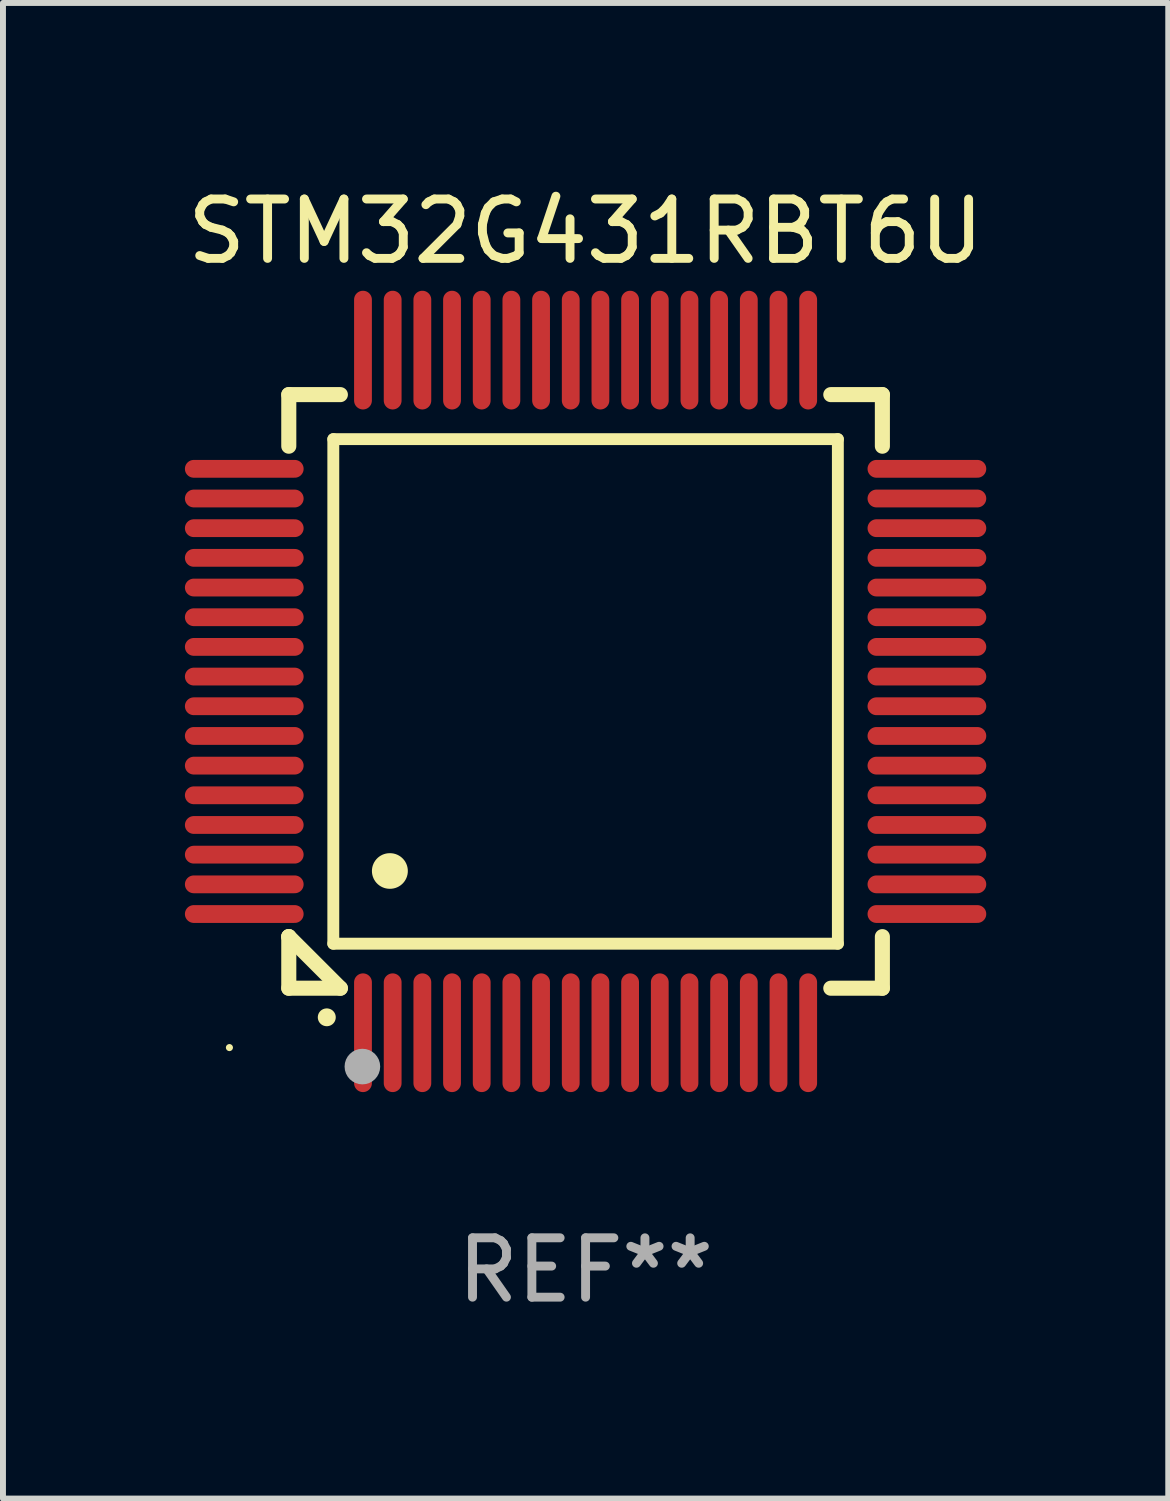
<source format=kicad_pcb>
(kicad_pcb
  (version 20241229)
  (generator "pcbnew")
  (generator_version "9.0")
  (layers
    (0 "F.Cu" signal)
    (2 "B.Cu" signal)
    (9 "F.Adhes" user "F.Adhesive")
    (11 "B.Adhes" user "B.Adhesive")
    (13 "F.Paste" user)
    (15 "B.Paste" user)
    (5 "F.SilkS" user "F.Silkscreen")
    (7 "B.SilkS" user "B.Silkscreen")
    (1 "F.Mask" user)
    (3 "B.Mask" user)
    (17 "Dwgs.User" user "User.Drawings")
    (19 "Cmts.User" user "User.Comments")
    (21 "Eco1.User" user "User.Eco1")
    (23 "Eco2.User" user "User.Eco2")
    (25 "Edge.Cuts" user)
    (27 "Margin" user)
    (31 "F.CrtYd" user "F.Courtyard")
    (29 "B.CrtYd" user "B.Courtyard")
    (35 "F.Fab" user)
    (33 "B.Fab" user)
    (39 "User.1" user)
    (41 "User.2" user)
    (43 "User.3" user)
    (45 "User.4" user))
  (footprint "STM32G431RBT6U"
    (layer "F.Cu")
    (at 6.815 8.598)
    (property "Reference" "STM32G431RBT6U" (at 0 -7.75 0) (layer "F.SilkS") (effects (font (size 1 1) (thickness 0.15))))
    (attr through_hole)
    (fp_line (start -5 -5) (end -4.131 -5) (stroke (width 0.254) (type solid)) (layer "F.SilkS"))
    (fp_line (start -5 -4.131) (end -5 -5) (stroke (width 0.254) (type solid)) (layer "F.SilkS"))
    (fp_line (start -5 4.131) (end -5 4.131) (stroke (width 0.254) (type solid)) (layer "F.SilkS"))
    (fp_line (start -5 5) (end -5 4.131) (stroke (width 0.254) (type solid)) (layer "F.SilkS"))
    (fp_line (start -5 4.131) (end -4.131 5) (stroke (width 0.254) (type solid)) (layer "F.SilkS"))
    (fp_line (start -4.25 -4.25) (end -4.25 4.25) (stroke (width 0.2) (type solid)) (layer "F.SilkS"))
    (fp_line (start -4.25 4.25) (end 4.25 4.25) (stroke (width 0.2) (type solid)) (layer "F.SilkS"))
    (fp_line (start -4.131 5) (end -5 5) (stroke (width 0.254) (type solid)) (layer "F.SilkS"))
    (fp_line (start 4.25 -4.25) (end -4.25 -4.25) (stroke (width 0.2) (type solid)) (layer "F.SilkS"))
    (fp_line (start 4.25 4.25) (end 4.25 -4.25) (stroke (width 0.2) (type solid)) (layer "F.SilkS"))
    (fp_line (start 5 -5) (end 4.131 -5) (stroke (width 0.254) (type solid)) (layer "F.SilkS"))
    (fp_line (start 5 -5) (end 5 -4.131) (stroke (width 0.254) (type solid)) (layer "F.SilkS"))
    (fp_line (start 5 4.131) (end 5 5) (stroke (width 0.254) (type solid)) (layer "F.SilkS"))
    (fp_line (start 5 5) (end 4.131 5) (stroke (width 0.254) (type solid)) (layer "F.SilkS"))
    (fp_arc (start -4.361265 5.489992) (mid -4.359995 5.489987) (end -4.358725 5.489992) (stroke (width 0.3) (type solid)) (layer "F.SilkS"))
    (fp_arc (start -3.299467 3.025146) (mid -3.296927 3.025135) (end -3.294387 3.025146) (stroke (width 0.6) (type solid)) (layer "F.SilkS"))
    (fp_circle (center -6 6) (end -5.97 6) (stroke (width 0.06) (type solid)) (fill no) (layer "F.SilkS"))
    (fp_circle (center -3.76 6.32) (end -3.61 6.32) (stroke (width 0.3) (type solid)) (fill no) (layer "F.Fab"))
    (fp_text user "REF**" (at 0 9.75 0) (layer "F.Fab") (effects (font (size 1 1) (thickness 0.15))))
    (pad "1" smd oval (at -3.75 5.75) (size 0.3 2) (layers "F.Cu" "F.Mask" "F.Paste"))
    (pad "2" smd oval (at -3.25 5.75) (size 0.3 2) (layers "F.Cu" "F.Mask" "F.Paste"))
    (pad "3" smd oval (at -2.75 5.75) (size 0.3 2) (layers "F.Cu" "F.Mask" "F.Paste"))
    (pad "4" smd oval (at -2.25 5.75) (size 0.3 2) (layers "F.Cu" "F.Mask" "F.Paste"))
    (pad "5" smd oval (at -1.75 5.75) (size 0.3 2) (layers "F.Cu" "F.Mask" "F.Paste"))
    (pad "6" smd oval (at -1.25 5.75) (size 0.3 2) (layers "F.Cu" "F.Mask" "F.Paste"))
    (pad "7" smd oval (at -0.75 5.75) (size 0.3 2) (layers "F.Cu" "F.Mask" "F.Paste"))
    (pad "8" smd oval (at -0.25 5.75) (size 0.3 2) (layers "F.Cu" "F.Mask" "F.Paste"))
    (pad "9" smd oval (at 0.25 5.75) (size 0.3 2) (layers "F.Cu" "F.Mask" "F.Paste"))
    (pad "10" smd oval (at 0.75 5.75) (size 0.3 2) (layers "F.Cu" "F.Mask" "F.Paste"))
    (pad "11" smd oval (at 1.25 5.75) (size 0.3 2) (layers "F.Cu" "F.Mask" "F.Paste"))
    (pad "12" smd oval (at 1.75 5.75) (size 0.3 2) (layers "F.Cu" "F.Mask" "F.Paste"))
    (pad "13" smd oval (at 2.25 5.75) (size 0.3 2) (layers "F.Cu" "F.Mask" "F.Paste"))
    (pad "14" smd oval (at 2.75 5.75) (size 0.3 2) (layers "F.Cu" "F.Mask" "F.Paste"))
    (pad "15" smd oval (at 3.25 5.75) (size 0.3 2) (layers "F.Cu" "F.Mask" "F.Paste"))
    (pad "16" smd oval (at 3.75 5.75) (size 0.3 2) (layers "F.Cu" "F.Mask" "F.Paste"))
    (pad "17" smd oval (at 5.75 3.75) (size 2 0.3) (layers "F.Cu" "F.Mask" "F.Paste"))
    (pad "18" smd oval (at 5.75 3.25) (size 2 0.3) (layers "F.Cu" "F.Mask" "F.Paste"))
    (pad "19" smd oval (at 5.75 2.75) (size 2 0.3) (layers "F.Cu" "F.Mask" "F.Paste"))
    (pad "20" smd oval (at 5.75 2.25) (size 2 0.3) (layers "F.Cu" "F.Mask" "F.Paste"))
    (pad "21" smd oval (at 5.75 1.75) (size 2 0.3) (layers "F.Cu" "F.Mask" "F.Paste"))
    (pad "22" smd oval (at 5.75 1.25) (size 2 0.3) (layers "F.Cu" "F.Mask" "F.Paste"))
    (pad "23" smd oval (at 5.75 0.75) (size 2 0.3) (layers "F.Cu" "F.Mask" "F.Paste"))
    (pad "24" smd oval (at 5.75 0.25) (size 2 0.3) (layers "F.Cu" "F.Mask" "F.Paste"))
    (pad "25" smd oval (at 5.75 -0.25) (size 2 0.3) (layers "F.Cu" "F.Mask" "F.Paste"))
    (pad "26" smd oval (at 5.75 -0.75) (size 2 0.3) (layers "F.Cu" "F.Mask" "F.Paste"))
    (pad "27" smd oval (at 5.75 -1.25) (size 2 0.3) (layers "F.Cu" "F.Mask" "F.Paste"))
    (pad "28" smd oval (at 5.75 -1.75) (size 2 0.3) (layers "F.Cu" "F.Mask" "F.Paste"))
    (pad "29" smd oval (at 5.75 -2.25) (size 2 0.3) (layers "F.Cu" "F.Mask" "F.Paste"))
    (pad "30" smd oval (at 5.75 -2.75) (size 2 0.3) (layers "F.Cu" "F.Mask" "F.Paste"))
    (pad "31" smd oval (at 5.75 -3.25) (size 2 0.3) (layers "F.Cu" "F.Mask" "F.Paste"))
    (pad "32" smd oval (at 5.75 -3.75) (size 2 0.3) (layers "F.Cu" "F.Mask" "F.Paste"))
    (pad "33" smd oval (at 3.75 -5.75) (size 0.3 2) (layers "F.Cu" "F.Mask" "F.Paste"))
    (pad "34" smd oval (at 3.25 -5.75) (size 0.3 2) (layers "F.Cu" "F.Mask" "F.Paste"))
    (pad "35" smd oval (at 2.75 -5.75) (size 0.3 2) (layers "F.Cu" "F.Mask" "F.Paste"))
    (pad "36" smd oval (at 2.25 -5.75) (size 0.3 2) (layers "F.Cu" "F.Mask" "F.Paste"))
    (pad "37" smd oval (at 1.75 -5.75) (size 0.3 2) (layers "F.Cu" "F.Mask" "F.Paste"))
    (pad "38" smd oval (at 1.25 -5.75) (size 0.3 2) (layers "F.Cu" "F.Mask" "F.Paste"))
    (pad "39" smd oval (at 0.75 -5.75) (size 0.3 2) (layers "F.Cu" "F.Mask" "F.Paste"))
    (pad "40" smd oval (at 0.25 -5.75) (size 0.3 2) (layers "F.Cu" "F.Mask" "F.Paste"))
    (pad "41" smd oval (at -0.25 -5.75) (size 0.3 2) (layers "F.Cu" "F.Mask" "F.Paste"))
    (pad "42" smd oval (at -0.75 -5.75) (size 0.3 2) (layers "F.Cu" "F.Mask" "F.Paste"))
    (pad "43" smd oval (at -1.25 -5.75) (size 0.3 2) (layers "F.Cu" "F.Mask" "F.Paste"))
    (pad "44" smd oval (at -1.75 -5.75) (size 0.3 2) (layers "F.Cu" "F.Mask" "F.Paste"))
    (pad "45" smd oval (at -2.25 -5.75) (size 0.3 2) (layers "F.Cu" "F.Mask" "F.Paste"))
    (pad "46" smd oval (at -2.75 -5.75) (size 0.3 2) (layers "F.Cu" "F.Mask" "F.Paste"))
    (pad "47" smd oval (at -3.25 -5.75) (size 0.3 2) (layers "F.Cu" "F.Mask" "F.Paste"))
    (pad "48" smd oval (at -3.75 -5.75) (size 0.3 2) (layers "F.Cu" "F.Mask" "F.Paste"))
    (pad "49" smd oval (at -5.75 -3.75) (size 2 0.3) (layers "F.Cu" "F.Mask" "F.Paste"))
    (pad "50" smd oval (at -5.75 -3.25) (size 2 0.3) (layers "F.Cu" "F.Mask" "F.Paste"))
    (pad "51" smd oval (at -5.75 -2.75) (size 2 0.3) (layers "F.Cu" "F.Mask" "F.Paste"))
    (pad "52" smd oval (at -5.75 -2.25) (size 2 0.3) (layers "F.Cu" "F.Mask" "F.Paste"))
    (pad "53" smd oval (at -5.75 -1.75) (size 2 0.3) (layers "F.Cu" "F.Mask" "F.Paste"))
    (pad "54" smd oval (at -5.75 -1.25) (size 2 0.3) (layers "F.Cu" "F.Mask" "F.Paste"))
    (pad "55" smd oval (at -5.75 -0.75) (size 2 0.3) (layers "F.Cu" "F.Mask" "F.Paste"))
    (pad "56" smd oval (at -5.75 -0.25) (size 2 0.3) (layers "F.Cu" "F.Mask" "F.Paste"))
    (pad "57" smd oval (at -5.75 0.25) (size 2 0.3) (layers "F.Cu" "F.Mask" "F.Paste"))
    (pad "58" smd oval (at -5.75 0.75) (size 2 0.3) (layers "F.Cu" "F.Mask" "F.Paste"))
    (pad "59" smd oval (at -5.75 1.25) (size 2 0.3) (layers "F.Cu" "F.Mask" "F.Paste"))
    (pad "60" smd oval (at -5.75 1.75) (size 2 0.3) (layers "F.Cu" "F.Mask" "F.Paste"))
    (pad "61" smd oval (at -5.75 2.25) (size 2 0.3) (layers "F.Cu" "F.Mask" "F.Paste"))
    (pad "62" smd oval (at -5.75 2.75) (size 2 0.3) (layers "F.Cu" "F.Mask" "F.Paste"))
    (pad "63" smd oval (at -5.75 3.25) (size 2 0.3) (layers "F.Cu" "F.Mask" "F.Paste"))
    (pad "64" smd oval (at -5.75 3.75) (size 2 0.3) (layers "F.Cu" "F.Mask" "F.Paste")))
  (gr_rect
    (start -3 -3)
    (end 16.631 22.196)
    (stroke (width 0.1) (type default))
    (fill no)
    (layer "Edge.Cuts")))
</source>
